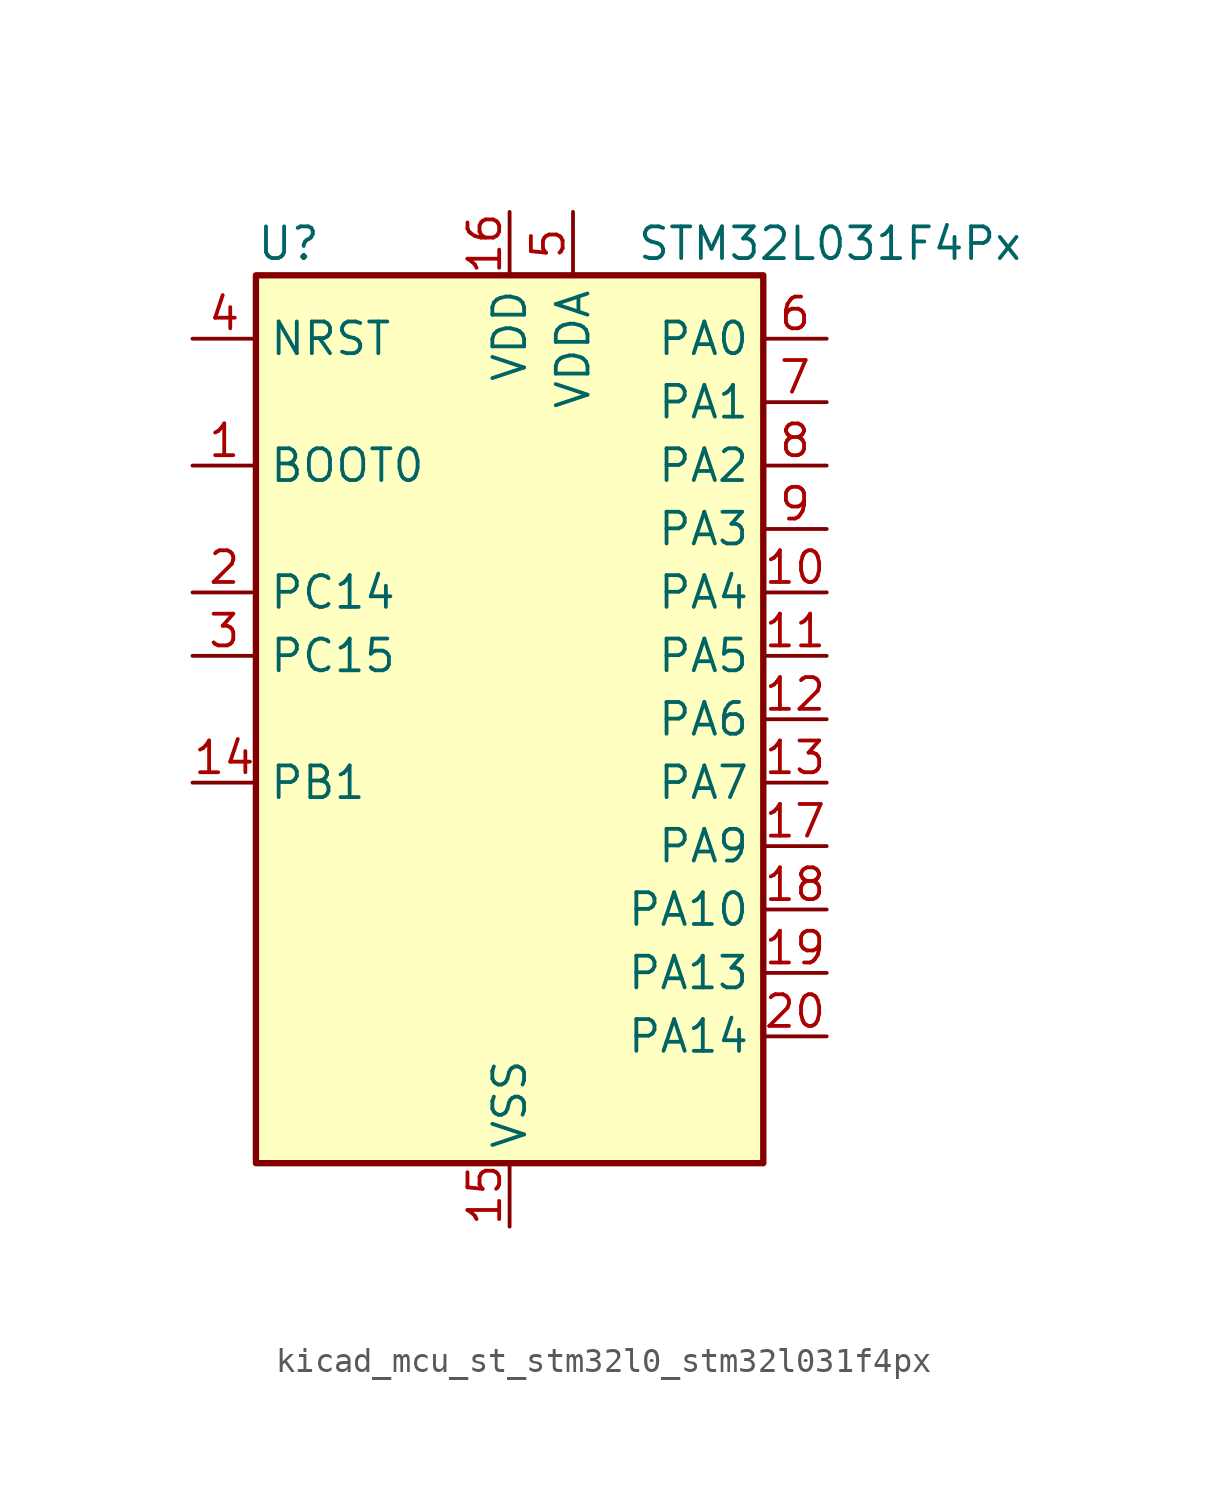
<source format=kicad_sym>
(kicad_symbol_lib
  (version 20220914)
  (generator kicad_symbol_editor)
  (symbol "kicad_mcu_st_stm32l0_stm32l031f4px"
    (property "Reference" "U"
      (at -10.16 19.05 0)
      (effects (font (size 1.27 1.27)) (justify left)))
    (property "Value" "STM32L031F4Px"
      (at 5.08 19.05 0)
      (effects (font (size 1.27 1.27)) (justify left)))
    (property "ki_locked" ""
      (at 0 0 0)
      (effects (font (size 1.27 1.27))))
    (symbol "kicad_mcu_st_stm32l0_stm32l031f4px_0_1"
      (rectangle (start -10.16 -17.78) (end 10.16 17.78) (stroke (width 0.254) (type default)) (fill (type background))))
    (symbol "kicad_mcu_st_stm32l0_stm32l031f4px_1_1"
      (pin input line (at -12.7 10.16 0) (length 2.54) (name "BOOT0" (effects (font (size 1.27 1.27)))) (number "1" (effects (font (size 1.27 1.27)))))
      (pin bidirectional line (at 12.7 5.08 180) (length 2.54) (name "PA4" (effects (font (size 1.27 1.27)))) (number "10" (effects (font (size 1.27 1.27)))) (alternate "ADC_IN4" bidirectional line) (alternate "COMP1_INM" bidirectional line) (alternate "COMP2_INM" bidirectional line) (alternate "LPTIM1_IN1" bidirectional line) (alternate "SPI1_NSS" bidirectional line) (alternate "TIM22_ETR" bidirectional line) (alternate "USART2_CK" bidirectional line))
      (pin bidirectional line (at 12.7 2.54 180) (length 2.54) (name "PA5" (effects (font (size 1.27 1.27)))) (number "11" (effects (font (size 1.27 1.27)))) (alternate "ADC_IN5" bidirectional line) (alternate "COMP1_INM" bidirectional line) (alternate "COMP2_INM" bidirectional line) (alternate "LPTIM1_IN2" bidirectional line) (alternate "SPI1_SCK" bidirectional line) (alternate "TIM2_CH1" bidirectional line) (alternate "TIM2_ETR" bidirectional line))
      (pin bidirectional line (at 12.7 0 180) (length 2.54) (name "PA6" (effects (font (size 1.27 1.27)))) (number "12" (effects (font (size 1.27 1.27)))) (alternate "ADC_IN6" bidirectional line) (alternate "COMP1_OUT" bidirectional line) (alternate "LPTIM1_ETR" bidirectional line) (alternate "LPUART1_CTS" bidirectional line) (alternate "SPI1_MISO" bidirectional line) (alternate "TIM22_CH1" bidirectional line))
      (pin bidirectional line (at 12.7 -2.54 180) (length 2.54) (name "PA7" (effects (font (size 1.27 1.27)))) (number "13" (effects (font (size 1.27 1.27)))) (alternate "ADC_IN7" bidirectional line) (alternate "COMP2_OUT" bidirectional line) (alternate "LPTIM1_OUT" bidirectional line) (alternate "SPI1_MOSI" bidirectional line) (alternate "TIM22_CH2" bidirectional line) (alternate "USART2_CTS" bidirectional line))
      (pin bidirectional line (at -12.7 -2.54 0) (length 2.54) (name "PB1" (effects (font (size 1.27 1.27)))) (number "14" (effects (font (size 1.27 1.27)))) (alternate "ADC_IN9" bidirectional line) (alternate "LPUART1_DE" bidirectional line) (alternate "LPUART1_RTS" bidirectional line) (alternate "SPI1_MOSI" bidirectional line) (alternate "SYS_VREF_OUT_PB1" bidirectional line) (alternate "TIM2_CH4" bidirectional line) (alternate "USART2_CK" bidirectional line))
      (pin power_in line (at 0 -20.32 90) (length 2.54) (name "VSS" (effects (font (size 1.27 1.27)))) (number "15" (effects (font (size 1.27 1.27)))))
      (pin power_in line (at 0 20.32 270) (length 2.54) (name "VDD" (effects (font (size 1.27 1.27)))) (number "16" (effects (font (size 1.27 1.27)))))
      (pin bidirectional line (at 12.7 -5.08 180) (length 2.54) (name "PA9" (effects (font (size 1.27 1.27)))) (number "17" (effects (font (size 1.27 1.27)))) (alternate "I2C1_SCL" bidirectional line) (alternate "RCC_MCO" bidirectional line) (alternate "TIM22_CH1" bidirectional line) (alternate "USART2_TX" bidirectional line))
      (pin bidirectional line (at 12.7 -7.62 180) (length 2.54) (name "PA10" (effects (font (size 1.27 1.27)))) (number "18" (effects (font (size 1.27 1.27)))) (alternate "I2C1_SDA" bidirectional line) (alternate "TIM22_CH2" bidirectional line) (alternate "USART2_RX" bidirectional line))
      (pin bidirectional line (at 12.7 -10.16 180) (length 2.54) (name "PA13" (effects (font (size 1.27 1.27)))) (number "19" (effects (font (size 1.27 1.27)))) (alternate "LPTIM1_ETR" bidirectional line) (alternate "LPUART1_RX" bidirectional line) (alternate "SYS_SWDIO" bidirectional line))
      (pin bidirectional line (at -12.7 5.08 0) (length 2.54) (name "PC14" (effects (font (size 1.27 1.27)))) (number "2" (effects (font (size 1.27 1.27)))) (alternate "RCC_OSC32_IN" bidirectional line))
      (pin bidirectional line (at 12.7 -12.7 180) (length 2.54) (name "PA14" (effects (font (size 1.27 1.27)))) (number "20" (effects (font (size 1.27 1.27)))) (alternate "I2C1_SMBA" bidirectional line) (alternate "LPTIM1_OUT" bidirectional line) (alternate "LPUART1_TX" bidirectional line) (alternate "SYS_SWCLK" bidirectional line) (alternate "USART2_TX" bidirectional line))
      (pin bidirectional line (at -12.7 2.54 0) (length 2.54) (name "PC15" (effects (font (size 1.27 1.27)))) (number "3" (effects (font (size 1.27 1.27)))) (alternate "RCC_OSC32_OUT" bidirectional line))
      (pin input line (at -12.7 15.24 0) (length 2.54) (name "NRST" (effects (font (size 1.27 1.27)))) (number "4" (effects (font (size 1.27 1.27)))))
      (pin power_in line (at 2.54 20.32 270) (length 2.54) (name "VDDA" (effects (font (size 1.27 1.27)))) (number "5" (effects (font (size 1.27 1.27)))))
      (pin bidirectional line (at 12.7 15.24 180) (length 2.54) (name "PA0" (effects (font (size 1.27 1.27)))) (number "6" (effects (font (size 1.27 1.27)))) (alternate "ADC_IN0" bidirectional line) (alternate "COMP1_INM" bidirectional line) (alternate "COMP1_OUT" bidirectional line) (alternate "LPTIM1_IN1" bidirectional line) (alternate "RCC_CK_IN" bidirectional line) (alternate "RTC_TAMP2" bidirectional line) (alternate "SYS_WKUP1" bidirectional line) (alternate "TIM2_CH1" bidirectional line) (alternate "TIM2_ETR" bidirectional line) (alternate "USART2_CTS" bidirectional line))
      (pin bidirectional line (at 12.7 12.7 180) (length 2.54) (name "PA1" (effects (font (size 1.27 1.27)))) (number "7" (effects (font (size 1.27 1.27)))) (alternate "ADC_IN1" bidirectional line) (alternate "COMP1_INP" bidirectional line) (alternate "I2C1_SMBA" bidirectional line) (alternate "LPTIM1_IN2" bidirectional line) (alternate "TIM21_ETR" bidirectional line) (alternate "TIM2_CH2" bidirectional line) (alternate "USART2_DE" bidirectional line) (alternate "USART2_RTS" bidirectional line))
      (pin bidirectional line (at 12.7 10.16 180) (length 2.54) (name "PA2" (effects (font (size 1.27 1.27)))) (number "8" (effects (font (size 1.27 1.27)))) (alternate "ADC_IN2" bidirectional line) (alternate "COMP2_INM" bidirectional line) (alternate "COMP2_OUT" bidirectional line) (alternate "LPUART1_TX" bidirectional line) (alternate "RTC_OUT_ALARM" bidirectional line) (alternate "RTC_OUT_CALIB" bidirectional line) (alternate "RTC_TAMP3" bidirectional line) (alternate "RTC_TS" bidirectional line) (alternate "SYS_WKUP3" bidirectional line) (alternate "TIM21_CH1" bidirectional line) (alternate "TIM2_CH3" bidirectional line) (alternate "USART2_TX" bidirectional line))
      (pin bidirectional line (at 12.7 7.62 180) (length 2.54) (name "PA3" (effects (font (size 1.27 1.27)))) (number "9" (effects (font (size 1.27 1.27)))) (alternate "ADC_IN3" bidirectional line) (alternate "COMP2_INP" bidirectional line) (alternate "LPUART1_RX" bidirectional line) (alternate "TIM21_CH2" bidirectional line) (alternate "TIM2_CH4" bidirectional line) (alternate "USART2_RX" bidirectional line)))))
</source>
